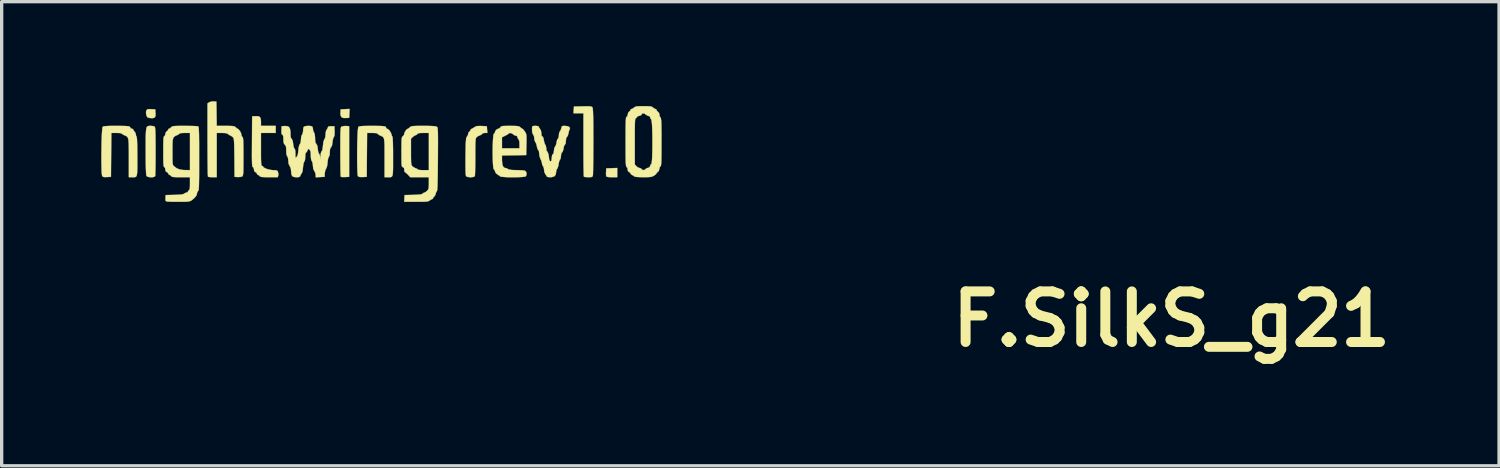
<source format=kicad_pcb>
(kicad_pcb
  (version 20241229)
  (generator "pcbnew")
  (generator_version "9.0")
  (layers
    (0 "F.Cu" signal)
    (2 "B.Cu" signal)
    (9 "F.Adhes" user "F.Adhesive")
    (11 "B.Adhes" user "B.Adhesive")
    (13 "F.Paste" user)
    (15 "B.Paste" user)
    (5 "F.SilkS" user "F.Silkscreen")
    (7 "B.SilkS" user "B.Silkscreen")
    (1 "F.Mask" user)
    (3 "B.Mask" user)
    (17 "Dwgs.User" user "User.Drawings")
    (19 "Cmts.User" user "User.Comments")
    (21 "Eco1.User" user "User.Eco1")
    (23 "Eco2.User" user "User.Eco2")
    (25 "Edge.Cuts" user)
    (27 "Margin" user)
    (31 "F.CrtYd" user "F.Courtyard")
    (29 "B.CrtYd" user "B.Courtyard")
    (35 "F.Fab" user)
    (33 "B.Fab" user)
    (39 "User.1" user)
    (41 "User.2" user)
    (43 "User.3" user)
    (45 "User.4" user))
  (footprint "F.SilkS_g21"
    (layer "F.Cu")
    (at 32.243 6.563)
    (property "Reference" "F.SilkS_g21" (at 0 0 0) (layer "F.SilkS") (effects (font (size 1.524 1.524) (thickness 0.3))))
    (attr through_hole)
    (fp_poly (pts (xy -24.769 -6.198) (xy -24.776 -6.064) (xy -24.874 -6.058) (xy -24.951 -6.06) (xy -25 -6.081) (xy -25.007 -6.087) (xy -25.031 -6.131) (xy -25.037 -6.202) (xy -25.036 -6.22) (xy -25.03 -6.318) (xy -24.896 -6.325) (xy -24.763 -6.331) (xy -24.769 -6.198)) (stroke (width 0.01) (type solid)) (fill yes) (layer "F.SilkS"))
    (fp_poly (pts (xy -16.701 -4.276) (xy -16.86 -4.276) (xy -16.95 -4.278) (xy -17.005 -4.287) (xy -17.029 -4.302) (xy -17.031 -4.305) (xy -17.036 -4.342) (xy -17.037 -4.404) (xy -17.035 -4.437) (xy -17.029 -4.54) (xy -16.865 -4.546) (xy -16.701 -4.553) (xy -16.701 -4.276)) (stroke (width 0.01) (type solid)) (fill yes) (layer "F.SilkS"))
    (fp_poly (pts (xy -30.738 -6.325) (xy -30.618 -6.318) (xy -30.611 -6.236) (xy -30.608 -6.147) (xy -30.62 -6.092) (xy -30.651 -6.063) (xy -30.706 -6.054) (xy -30.719 -6.054) (xy -30.783 -6.059) (xy -30.834 -6.071) (xy -30.843 -6.075) (xy -30.873 -6.113) (xy -30.891 -6.175) (xy -30.894 -6.241) (xy -30.882 -6.287) (xy -30.862 -6.312) (xy -30.831 -6.324) (xy -30.775 -6.326) (xy -30.738 -6.325)) (stroke (width 0.01) (type solid)) (fill yes) (layer "F.SilkS"))
    (fp_poly (pts (xy -24.865 -5.817) (xy -24.776 -5.81) (xy -24.776 -4.286) (xy -24.893 -4.28) (xy -24.96 -4.279) (xy -25.009 -4.283) (xy -25.025 -4.289) (xy -25.029 -4.313) (xy -25.032 -4.374) (xy -25.035 -4.468) (xy -25.037 -4.589) (xy -25.039 -4.733) (xy -25.04 -4.895) (xy -25.04 -5.04) (xy -25.04 -5.236) (xy -25.04 -5.394) (xy -25.039 -5.518) (xy -25.037 -5.613) (xy -25.034 -5.682) (xy -25.03 -5.731) (xy -25.025 -5.763) (xy -25.018 -5.782) (xy -25.008 -5.793) (xy -24.997 -5.8) (xy -24.949 -5.813) (xy -24.882 -5.818) (xy -24.865 -5.817)) (stroke (width 0.01) (type solid)) (fill yes) (layer "F.SilkS"))
    (fp_poly (pts (xy -30.747 -5.821) (xy -30.685 -5.815) (xy -30.64 -5.801) (xy -30.632 -5.795) (xy -30.625 -5.776) (xy -30.619 -5.731) (xy -30.614 -5.658) (xy -30.611 -5.554) (xy -30.609 -5.416) (xy -30.607 -5.242) (xy -30.607 -5.056) (xy -30.607 -4.885) (xy -30.608 -4.727) (xy -30.61 -4.587) (xy -30.612 -4.47) (xy -30.615 -4.381) (xy -30.618 -4.325) (xy -30.62 -4.309) (xy -30.649 -4.286) (xy -30.704 -4.274) (xy -30.769 -4.274) (xy -30.831 -4.285) (xy -30.874 -4.307) (xy -30.881 -4.317) (xy -30.888 -4.351) (xy -30.893 -4.424) (xy -30.898 -4.536) (xy -30.901 -4.683) (xy -30.903 -4.864) (xy -30.903 -5.056) (xy -30.903 -5.256) (xy -30.903 -5.418) (xy -30.901 -5.545) (xy -30.896 -5.642) (xy -30.889 -5.714) (xy -30.878 -5.763) (xy -30.862 -5.794) (xy -30.84 -5.812) (xy -30.812 -5.819) (xy -30.777 -5.821) (xy -30.747 -5.821)) (stroke (width 0.01) (type solid)) (fill yes) (layer "F.SilkS"))
    (fp_poly (pts (xy -17.548 -6.41) (xy -17.498 -6.405) (xy -17.468 -6.396) (xy -17.45 -6.382) (xy -17.447 -6.378) (xy -17.44 -6.36) (xy -17.435 -6.322) (xy -17.43 -6.261) (xy -17.427 -6.175) (xy -17.424 -6.06) (xy -17.422 -5.914) (xy -17.421 -5.733) (xy -17.421 -5.515) (xy -17.42 -5.356) (xy -17.421 -5.155) (xy -17.422 -4.965) (xy -17.423 -4.791) (xy -17.425 -4.638) (xy -17.426 -4.511) (xy -17.429 -4.412) (xy -17.431 -4.348) (xy -17.434 -4.323) (xy -17.446 -4.296) (xy -17.47 -4.282) (xy -17.519 -4.276) (xy -17.567 -4.276) (xy -17.635 -4.278) (xy -17.685 -4.284) (xy -17.702 -4.29) (xy -17.705 -4.313) (xy -17.708 -4.375) (xy -17.71 -4.47) (xy -17.713 -4.594) (xy -17.714 -4.744) (xy -17.716 -4.914) (xy -17.716 -5.101) (xy -17.716 -5.253) (xy -17.716 -6.202) (xy -18.015 -6.202) (xy -18.009 -6.302) (xy -18.002 -6.403) (xy -17.738 -6.409) (xy -17.626 -6.411) (xy -17.548 -6.41)) (stroke (width 0.01) (type solid)) (fill yes) (layer "F.SilkS"))
    (fp_poly (pts (xy -20.784 -5.817) (xy -20.627 -5.81) (xy -20.614 -5.609) (xy -20.687 -5.609) (xy -20.742 -5.601) (xy -20.771 -5.581) (xy -20.771 -5.58) (xy -20.798 -5.554) (xy -20.837 -5.537) (xy -20.896 -5.511) (xy -20.934 -5.482) (xy -20.947 -5.467) (xy -20.957 -5.447) (xy -20.964 -5.418) (xy -20.969 -5.374) (xy -20.973 -5.31) (xy -20.975 -5.22) (xy -20.976 -5.1) (xy -20.976 -4.944) (xy -20.976 -4.891) (xy -20.977 -4.742) (xy -20.978 -4.605) (xy -20.98 -4.487) (xy -20.983 -4.395) (xy -20.986 -4.333) (xy -20.989 -4.309) (xy -21.017 -4.288) (xy -21.071 -4.277) (xy -21.137 -4.275) (xy -21.2 -4.282) (xy -21.244 -4.3) (xy -21.25 -4.306) (xy -21.258 -4.329) (xy -21.264 -4.379) (xy -21.268 -4.459) (xy -21.27 -4.571) (xy -21.27 -4.72) (xy -21.269 -4.896) (xy -21.266 -5.067) (xy -21.264 -5.201) (xy -21.261 -5.302) (xy -21.256 -5.376) (xy -21.251 -5.428) (xy -21.244 -5.462) (xy -21.234 -5.485) (xy -21.225 -5.498) (xy -21.196 -5.547) (xy -21.188 -5.585) (xy -21.175 -5.627) (xy -21.156 -5.644) (xy -21.128 -5.671) (xy -21.124 -5.686) (xy -21.107 -5.718) (xy -21.087 -5.73) (xy -21.044 -5.752) (xy -20.996 -5.783) (xy -20.957 -5.805) (xy -20.908 -5.816) (xy -20.834 -5.818) (xy -20.784 -5.817)) (stroke (width 0.01) (type solid)) (fill yes) (layer "F.SilkS"))
    (fp_poly (pts (xy -27.522 -6.113) (xy -27.469 -6.092) (xy -27.441 -6.045) (xy -27.432 -5.965) (xy -27.432 -5.947) (xy -27.432 -5.821) (xy -26.988 -5.821) (xy -26.988 -5.609) (xy -27.432 -5.609) (xy -27.432 -5.112) (xy -27.432 -4.952) (xy -27.431 -4.83) (xy -27.428 -4.74) (xy -27.425 -4.679) (xy -27.419 -4.641) (xy -27.412 -4.621) (xy -27.402 -4.614) (xy -27.4 -4.614) (xy -27.372 -4.604) (xy -27.369 -4.595) (xy -27.349 -4.568) (xy -27.299 -4.54) (xy -27.229 -4.515) (xy -27.15 -4.496) (xy -27.074 -4.487) (xy -27.065 -4.487) (xy -26.995 -4.485) (xy -26.954 -4.476) (xy -26.931 -4.456) (xy -26.921 -4.436) (xy -26.908 -4.375) (xy -26.911 -4.33) (xy -26.925 -4.276) (xy -27.19 -4.276) (xy -27.304 -4.277) (xy -27.382 -4.28) (xy -27.431 -4.286) (xy -27.457 -4.296) (xy -27.467 -4.307) (xy -27.494 -4.336) (xy -27.51 -4.339) (xy -27.541 -4.357) (xy -27.553 -4.381) (xy -27.573 -4.416) (xy -27.591 -4.424) (xy -27.622 -4.443) (xy -27.641 -4.492) (xy -27.644 -4.529) (xy -27.659 -4.568) (xy -27.676 -4.58) (xy -27.684 -4.587) (xy -27.691 -4.606) (xy -27.696 -4.639) (xy -27.7 -4.69) (xy -27.702 -4.764) (xy -27.704 -4.865) (xy -27.704 -4.997) (xy -27.703 -5.163) (xy -27.702 -5.349) (xy -27.697 -6.107) (xy -27.607 -6.113) (xy -27.522 -6.113)) (stroke (width 0.01) (type solid)) (fill yes) (layer "F.SilkS"))
    (fp_poly (pts (xy -28.776 -6.551) (xy -28.77 -6.186) (xy -28.765 -5.821) (xy -28.5 -5.821) (xy -28.388 -5.82) (xy -28.311 -5.817) (xy -28.259 -5.812) (xy -28.225 -5.801) (xy -28.202 -5.786) (xy -28.194 -5.779) (xy -28.16 -5.748) (xy -28.142 -5.736) (xy -28.11 -5.719) (xy -28.073 -5.676) (xy -28.042 -5.623) (xy -28.025 -5.574) (xy -28.025 -5.565) (xy -28.015 -5.514) (xy -27.993 -5.49) (xy -27.983 -5.481) (xy -27.976 -5.46) (xy -27.97 -5.422) (xy -27.966 -5.363) (xy -27.964 -5.278) (xy -27.962 -5.162) (xy -27.961 -5.011) (xy -27.961 -4.899) (xy -27.961 -4.727) (xy -27.962 -4.593) (xy -27.963 -4.491) (xy -27.966 -4.417) (xy -27.97 -4.367) (xy -27.976 -4.334) (xy -27.984 -4.314) (xy -27.994 -4.303) (xy -28.004 -4.296) (xy -28.053 -4.283) (xy -28.119 -4.279) (xy -28.137 -4.28) (xy -28.226 -4.286) (xy -28.231 -4.863) (xy -28.233 -5.036) (xy -28.235 -5.171) (xy -28.238 -5.273) (xy -28.242 -5.349) (xy -28.247 -5.402) (xy -28.253 -5.437) (xy -28.262 -5.461) (xy -28.273 -5.476) (xy -28.277 -5.48) (xy -28.324 -5.517) (xy -28.359 -5.534) (xy -28.407 -5.56) (xy -28.428 -5.578) (xy -28.46 -5.597) (xy -28.522 -5.606) (xy -28.609 -5.609) (xy -28.765 -5.609) (xy -28.765 -4.276) (xy -28.889 -4.276) (xy -28.958 -4.278) (xy -29.009 -4.284) (xy -29.027 -4.29) (xy -29.029 -4.313) (xy -29.032 -4.375) (xy -29.034 -4.471) (xy -29.036 -4.597) (xy -29.038 -4.749) (xy -29.039 -4.924) (xy -29.04 -5.118) (xy -29.041 -5.325) (xy -29.041 -5.401) (xy -29.041 -6.497) (xy -28.989 -6.531) (xy -28.924 -6.554) (xy -28.857 -6.558) (xy -28.776 -6.551)) (stroke (width 0.01) (type solid)) (fill yes) (layer "F.SilkS"))
    (fp_poly (pts (xy -23.951 -5.82) (xy -23.841 -5.818) (xy -23.763 -5.814) (xy -23.711 -5.807) (xy -23.681 -5.797) (xy -23.667 -5.782) (xy -23.664 -5.766) (xy -23.649 -5.739) (xy -23.638 -5.736) (xy -23.598 -5.718) (xy -23.555 -5.673) (xy -23.519 -5.615) (xy -23.503 -5.569) (xy -23.488 -5.519) (xy -23.471 -5.491) (xy -23.471 -5.491) (xy -23.466 -5.468) (xy -23.462 -5.408) (xy -23.458 -5.316) (xy -23.455 -5.199) (xy -23.453 -5.061) (xy -23.453 -4.909) (xy -23.453 -4.891) (xy -23.453 -4.713) (xy -23.453 -4.573) (xy -23.455 -4.467) (xy -23.46 -4.389) (xy -23.468 -4.336) (xy -23.482 -4.302) (xy -23.503 -4.284) (xy -23.531 -4.276) (xy -23.567 -4.275) (xy -23.613 -4.276) (xy -23.707 -4.276) (xy -23.707 -4.861) (xy -23.707 -5.037) (xy -23.707 -5.176) (xy -23.709 -5.283) (xy -23.714 -5.362) (xy -23.722 -5.419) (xy -23.735 -5.458) (xy -23.754 -5.485) (xy -23.78 -5.504) (xy -23.813 -5.521) (xy -23.85 -5.536) (xy -23.895 -5.562) (xy -23.918 -5.585) (xy -23.918 -5.588) (xy -23.938 -5.599) (xy -23.991 -5.606) (xy -24.067 -5.609) (xy -24.077 -5.609) (xy -24.235 -5.609) (xy -24.246 -4.286) (xy -24.365 -4.28) (xy -24.447 -4.28) (xy -24.495 -4.293) (xy -24.509 -4.305) (xy -24.517 -4.335) (xy -24.523 -4.402) (xy -24.528 -4.498) (xy -24.531 -4.619) (xy -24.533 -4.757) (xy -24.534 -4.906) (xy -24.533 -5.062) (xy -24.531 -5.216) (xy -24.528 -5.364) (xy -24.523 -5.5) (xy -24.518 -5.616) (xy -24.511 -5.707) (xy -24.503 -5.768) (xy -24.496 -5.79) (xy -24.476 -5.802) (xy -24.438 -5.81) (xy -24.378 -5.816) (xy -24.289 -5.819) (xy -24.165 -5.821) (xy -24.098 -5.821) (xy -23.951 -5.82)) (stroke (width 0.01) (type solid)) (fill yes) (layer "F.SilkS"))
    (fp_poly (pts (xy -31.656 -5.82) (xy -31.546 -5.818) (xy -31.468 -5.814) (xy -31.416 -5.807) (xy -31.386 -5.797) (xy -31.372 -5.782) (xy -31.369 -5.766) (xy -31.351 -5.742) (xy -31.327 -5.736) (xy -31.292 -5.727) (xy -31.284 -5.715) (xy -31.271 -5.686) (xy -31.242 -5.652) (xy -31.21 -5.602) (xy -31.2 -5.557) (xy -31.192 -5.513) (xy -31.178 -5.493) (xy -31.172 -5.468) (xy -31.166 -5.403) (xy -31.162 -5.3) (xy -31.159 -5.163) (xy -31.158 -4.993) (xy -31.157 -4.891) (xy -31.157 -4.713) (xy -31.158 -4.573) (xy -31.159 -4.467) (xy -31.164 -4.389) (xy -31.173 -4.336) (xy -31.187 -4.302) (xy -31.207 -4.284) (xy -31.235 -4.276) (xy -31.272 -4.275) (xy -31.318 -4.276) (xy -31.411 -4.276) (xy -31.411 -4.858) (xy -31.411 -5.037) (xy -31.412 -5.178) (xy -31.415 -5.287) (xy -31.42 -5.368) (xy -31.429 -5.427) (xy -31.443 -5.468) (xy -31.463 -5.495) (xy -31.49 -5.515) (xy -31.525 -5.531) (xy -31.555 -5.544) (xy -31.601 -5.567) (xy -31.623 -5.588) (xy -31.623 -5.591) (xy -31.642 -5.599) (xy -31.694 -5.606) (xy -31.767 -5.609) (xy -31.781 -5.609) (xy -31.94 -5.609) (xy -31.951 -4.286) (xy -32.072 -4.28) (xy -32.142 -4.278) (xy -32.183 -4.285) (xy -32.207 -4.304) (xy -32.216 -4.318) (xy -32.223 -4.353) (xy -32.229 -4.424) (xy -32.233 -4.523) (xy -32.236 -4.646) (xy -32.238 -4.785) (xy -32.238 -4.935) (xy -32.236 -5.09) (xy -32.234 -5.243) (xy -32.23 -5.389) (xy -32.226 -5.521) (xy -32.22 -5.634) (xy -32.213 -5.721) (xy -32.206 -5.775) (xy -32.2 -5.791) (xy -32.179 -5.803) (xy -32.139 -5.811) (xy -32.074 -5.816) (xy -31.978 -5.82) (xy -31.848 -5.821) (xy -31.803 -5.821) (xy -31.656 -5.82)) (stroke (width 0.01) (type solid)) (fill yes) (layer "F.SilkS"))
    (fp_poly (pts (xy -19.816 -5.82) (xy -19.738 -5.817) (xy -19.687 -5.812) (xy -19.653 -5.801) (xy -19.629 -5.786) (xy -19.622 -5.779) (xy -19.585 -5.748) (xy -19.561 -5.736) (xy -19.539 -5.72) (xy -19.504 -5.68) (xy -19.486 -5.655) (xy -19.465 -5.622) (xy -19.449 -5.592) (xy -19.44 -5.556) (xy -19.435 -5.507) (xy -19.433 -5.436) (xy -19.434 -5.335) (xy -19.436 -5.258) (xy -19.442 -4.942) (xy -20.172 -4.931) (xy -20.172 -4.783) (xy -20.163 -4.669) (xy -20.137 -4.593) (xy -20.093 -4.555) (xy -20.065 -4.551) (xy -20.023 -4.539) (xy -19.991 -4.52) (xy -19.954 -4.504) (xy -19.891 -4.494) (xy -19.796 -4.489) (xy -19.731 -4.488) (xy -19.635 -4.486) (xy -19.552 -4.48) (xy -19.493 -4.472) (xy -19.472 -4.465) (xy -19.441 -4.428) (xy -19.431 -4.373) (xy -19.444 -4.319) (xy -19.456 -4.301) (xy -19.487 -4.291) (xy -19.551 -4.283) (xy -19.639 -4.278) (xy -19.743 -4.275) (xy -19.854 -4.274) (xy -19.965 -4.275) (xy -20.066 -4.279) (xy -20.15 -4.285) (xy -20.207 -4.293) (xy -20.229 -4.303) (xy -20.26 -4.33) (xy -20.305 -4.355) (xy -20.358 -4.4) (xy -20.376 -4.443) (xy -20.394 -4.492) (xy -20.418 -4.517) (xy -20.428 -4.541) (xy -20.436 -4.601) (xy -20.443 -4.689) (xy -20.447 -4.798) (xy -20.45 -4.92) (xy -20.451 -5.05) (xy -20.449 -5.18) (xy -20.446 -5.303) (xy -20.441 -5.411) (xy -20.436 -5.478) (xy -20.172 -5.478) (xy -20.172 -5.144) (xy -19.643 -5.144) (xy -19.643 -5.268) (xy -19.648 -5.357) (xy -19.666 -5.409) (xy -19.674 -5.419) (xy -19.702 -5.46) (xy -19.706 -5.485) (xy -19.722 -5.518) (xy -19.748 -5.524) (xy -19.795 -5.539) (xy -19.833 -5.567) (xy -19.882 -5.599) (xy -19.932 -5.609) (xy -19.967 -5.593) (xy -19.97 -5.59) (xy -19.994 -5.57) (xy -20.044 -5.541) (xy -20.077 -5.524) (xy -20.172 -5.478) (xy -20.436 -5.478) (xy -20.434 -5.498) (xy -20.426 -5.557) (xy -20.415 -5.58) (xy -20.388 -5.609) (xy -20.384 -5.629) (xy -20.366 -5.675) (xy -20.326 -5.716) (xy -20.28 -5.736) (xy -20.276 -5.736) (xy -20.242 -5.752) (xy -20.219 -5.779) (xy -20.205 -5.796) (xy -20.182 -5.808) (xy -20.145 -5.816) (xy -20.084 -5.819) (xy -19.993 -5.821) (xy -19.928 -5.821) (xy -19.816 -5.82)) (stroke (width 0.01) (type solid)) (fill yes) (layer "F.SilkS"))
    (fp_poly (pts (xy -22.386 -5.82) (xy -22.274 -5.816) (xy -22.196 -5.81) (xy -22.149 -5.801) (xy -22.133 -5.794) (xy -22.124 -5.785) (xy -22.117 -5.77) (xy -22.111 -5.746) (xy -22.106 -5.708) (xy -22.103 -5.653) (xy -22.101 -5.578) (xy -22.1 -5.477) (xy -22.099 -5.349) (xy -22.1 -5.188) (xy -22.101 -4.992) (xy -22.102 -4.819) (xy -22.104 -4.57) (xy -22.107 -4.361) (xy -22.11 -4.191) (xy -22.114 -4.057) (xy -22.118 -3.959) (xy -22.123 -3.895) (xy -22.129 -3.862) (xy -22.132 -3.857) (xy -22.153 -3.827) (xy -22.17 -3.776) (xy -22.171 -3.772) (xy -22.19 -3.72) (xy -22.214 -3.691) (xy -22.216 -3.69) (xy -22.243 -3.663) (xy -22.246 -3.649) (xy -22.259 -3.622) (xy -22.269 -3.619) (xy -22.301 -3.607) (xy -22.345 -3.578) (xy -22.346 -3.577) (xy -22.369 -3.562) (xy -22.398 -3.55) (xy -22.438 -3.543) (xy -22.497 -3.538) (xy -22.582 -3.536) (xy -22.7 -3.535) (xy -22.758 -3.535) (xy -23.116 -3.535) (xy -23.11 -3.635) (xy -23.103 -3.736) (xy -22.846 -3.742) (xy -22.728 -3.746) (xy -22.646 -3.752) (xy -22.595 -3.762) (xy -22.567 -3.775) (xy -22.563 -3.779) (xy -22.528 -3.805) (xy -22.509 -3.81) (xy -22.476 -3.824) (xy -22.433 -3.858) (xy -22.427 -3.864) (xy -22.4 -3.894) (xy -22.384 -3.927) (xy -22.376 -3.974) (xy -22.373 -4.047) (xy -22.373 -4.097) (xy -22.373 -4.276) (xy -22.934 -4.276) (xy -23.002 -4.35) (xy -23.047 -4.394) (xy -23.082 -4.42) (xy -23.092 -4.424) (xy -23.107 -4.442) (xy -23.114 -4.488) (xy -23.114 -4.495) (xy -23.121 -4.55) (xy -23.147 -4.575) (xy -23.156 -4.578) (xy -23.17 -4.584) (xy -23.181 -4.595) (xy -23.188 -4.619) (xy -23.194 -4.659) (xy -23.197 -4.722) (xy -23.198 -4.814) (xy -23.199 -4.938) (xy -23.199 -5.036) (xy -23.198 -5.184) (xy -23.198 -5.296) (xy -23.195 -5.377) (xy -23.191 -5.433) (xy -23.191 -5.436) (xy -22.913 -5.436) (xy -22.913 -5.041) (xy -22.913 -4.902) (xy -22.911 -4.799) (xy -22.909 -4.725) (xy -22.904 -4.675) (xy -22.896 -4.642) (xy -22.884 -4.62) (xy -22.869 -4.602) (xy -22.868 -4.602) (xy -22.815 -4.563) (xy -22.768 -4.543) (xy -22.727 -4.526) (xy -22.712 -4.508) (xy -22.692 -4.498) (xy -22.639 -4.491) (xy -22.561 -4.487) (xy -22.543 -4.487) (xy -22.373 -4.487) (xy -22.373 -5.609) (xy -22.54 -5.609) (xy -22.63 -5.607) (xy -22.685 -5.6) (xy -22.713 -5.587) (xy -22.719 -5.577) (xy -22.747 -5.549) (xy -22.763 -5.546) (xy -22.798 -5.532) (xy -22.845 -5.499) (xy -22.854 -5.491) (xy -22.913 -5.436) (xy -23.191 -5.436) (xy -23.185 -5.468) (xy -23.176 -5.49) (xy -23.164 -5.503) (xy -23.156 -5.508) (xy -23.123 -5.549) (xy -23.114 -5.585) (xy -23.101 -5.629) (xy -23.071 -5.679) (xy -23.034 -5.72) (xy -23.003 -5.736) (xy -22.978 -5.75) (xy -22.945 -5.779) (xy -22.926 -5.794) (xy -22.902 -5.805) (xy -22.866 -5.813) (xy -22.812 -5.817) (xy -22.732 -5.82) (xy -22.62 -5.821) (xy -22.536 -5.821) (xy -22.386 -5.82)) (stroke (width 0.01) (type solid)) (fill yes) (layer "F.SilkS"))
    (fp_poly (pts (xy -18.2 -5.812) (xy -18.146 -5.788) (xy -18.123 -5.753) (xy -18.132 -5.721) (xy -18.151 -5.675) (xy -18.167 -5.611) (xy -18.171 -5.591) (xy -18.187 -5.533) (xy -18.208 -5.495) (xy -18.216 -5.489) (xy -18.237 -5.459) (xy -18.245 -5.389) (xy -18.246 -5.373) (xy -18.252 -5.297) (xy -18.271 -5.26) (xy -18.275 -5.258) (xy -18.295 -5.232) (xy -18.312 -5.177) (xy -18.318 -5.141) (xy -18.333 -5.073) (xy -18.354 -5.031) (xy -18.363 -5.024) (xy -18.386 -4.993) (xy -18.394 -4.923) (xy -18.394 -4.922) (xy -18.401 -4.857) (xy -18.418 -4.813) (xy -18.423 -4.807) (xy -18.442 -4.773) (xy -18.459 -4.713) (xy -18.467 -4.668) (xy -18.48 -4.599) (xy -18.499 -4.546) (xy -18.512 -4.529) (xy -18.532 -4.492) (xy -18.542 -4.434) (xy -18.542 -4.425) (xy -18.555 -4.349) (xy -18.596 -4.301) (xy -18.669 -4.278) (xy -18.718 -4.276) (xy -18.776 -4.279) (xy -18.812 -4.288) (xy -18.817 -4.294) (xy -18.83 -4.321) (xy -18.86 -4.36) (xy -18.894 -4.43) (xy -18.902 -4.492) (xy -18.91 -4.554) (xy -18.929 -4.601) (xy -18.934 -4.607) (xy -18.959 -4.653) (xy -18.965 -4.69) (xy -18.975 -4.742) (xy -19 -4.805) (xy -19.008 -4.82) (xy -19.036 -4.896) (xy -19.05 -4.978) (xy -19.05 -4.989) (xy -19.057 -5.053) (xy -19.074 -5.091) (xy -19.079 -5.095) (xy -19.099 -5.125) (xy -19.115 -5.18) (xy -19.119 -5.203) (xy -19.134 -5.269) (xy -19.157 -5.322) (xy -19.165 -5.332) (xy -19.187 -5.377) (xy -19.198 -5.44) (xy -19.198 -5.45) (xy -19.206 -5.509) (xy -19.224 -5.55) (xy -19.228 -5.554) (xy -19.249 -5.589) (xy -19.262 -5.646) (xy -19.263 -5.662) (xy -19.266 -5.743) (xy -19.262 -5.79) (xy -19.244 -5.813) (xy -19.207 -5.82) (xy -19.166 -5.821) (xy -19.11 -5.817) (xy -19.076 -5.808) (xy -19.071 -5.803) (xy -19.059 -5.776) (xy -19.029 -5.736) (xy -18.994 -5.664) (xy -18.986 -5.595) (xy -18.981 -5.532) (xy -18.965 -5.505) (xy -18.957 -5.503) (xy -18.934 -5.482) (xy -18.916 -5.42) (xy -18.912 -5.393) (xy -18.898 -5.325) (xy -18.879 -5.271) (xy -18.868 -5.254) (xy -18.849 -5.215) (xy -18.839 -5.155) (xy -18.838 -5.142) (xy -18.834 -5.09) (xy -18.822 -5.061) (xy -18.818 -5.059) (xy -18.8 -5.04) (xy -18.78 -4.992) (xy -18.764 -4.927) (xy -18.755 -4.859) (xy -18.754 -4.834) (xy -18.744 -4.785) (xy -18.722 -4.756) (xy -18.697 -4.754) (xy -18.681 -4.776) (xy -18.673 -4.819) (xy -18.669 -4.878) (xy -18.669 -4.881) (xy -18.66 -4.94) (xy -18.637 -4.967) (xy -18.614 -4.997) (xy -18.606 -5.065) (xy -18.605 -5.07) (xy -18.596 -5.146) (xy -18.571 -5.196) (xy -18.571 -5.196) (xy -18.547 -5.238) (xy -18.53 -5.301) (xy -18.526 -5.326) (xy -18.513 -5.386) (xy -18.495 -5.426) (xy -18.486 -5.433) (xy -18.466 -5.462) (xy -18.457 -5.525) (xy -18.457 -5.535) (xy -18.451 -5.599) (xy -18.433 -5.644) (xy -18.428 -5.65) (xy -18.404 -5.686) (xy -18.386 -5.742) (xy -18.385 -5.748) (xy -18.373 -5.794) (xy -18.352 -5.815) (xy -18.308 -5.821) (xy -18.281 -5.821) (xy -18.2 -5.812)) (stroke (width 0.01) (type solid)) (fill yes) (layer "F.SilkS"))
    (fp_poly (pts (xy -29.608 -5.82) (xy -29.499 -5.818) (xy -29.41 -5.815) (xy -29.35 -5.811) (xy -29.328 -5.808) (xy -29.32 -5.801) (xy -29.314 -5.786) (xy -29.308 -5.758) (xy -29.304 -5.714) (xy -29.301 -5.65) (xy -29.298 -5.563) (xy -29.297 -5.45) (xy -29.295 -5.305) (xy -29.295 -5.127) (xy -29.295 -4.911) (xy -29.295 -4.834) (xy -29.295 -4.604) (xy -29.295 -4.413) (xy -29.296 -4.258) (xy -29.298 -4.134) (xy -29.3 -4.038) (xy -29.303 -3.967) (xy -29.307 -3.917) (xy -29.312 -3.885) (xy -29.319 -3.867) (xy -29.326 -3.86) (xy -29.326 -3.86) (xy -29.35 -3.832) (xy -29.358 -3.788) (xy -29.378 -3.722) (xy -29.42 -3.669) (xy -29.47 -3.621) (xy -29.511 -3.586) (xy -29.551 -3.562) (xy -29.598 -3.547) (xy -29.66 -3.539) (xy -29.744 -3.536) (xy -29.858 -3.535) (xy -29.935 -3.535) (xy -30.07 -3.535) (xy -30.169 -3.538) (xy -30.236 -3.542) (xy -30.277 -3.549) (xy -30.298 -3.558) (xy -30.302 -3.565) (xy -30.308 -3.605) (xy -30.307 -3.663) (xy -30.307 -3.665) (xy -30.3 -3.736) (xy -30.039 -3.742) (xy -29.918 -3.746) (xy -29.833 -3.753) (xy -29.779 -3.763) (xy -29.749 -3.776) (xy -29.746 -3.779) (xy -29.701 -3.805) (xy -29.674 -3.81) (xy -29.641 -3.823) (xy -29.633 -3.839) (xy -29.616 -3.872) (xy -29.602 -3.881) (xy -29.586 -3.896) (xy -29.576 -3.932) (xy -29.571 -3.997) (xy -29.57 -4.085) (xy -29.57 -4.276) (xy -29.846 -4.276) (xy -29.962 -4.276) (xy -30.043 -4.279) (xy -30.094 -4.285) (xy -30.122 -4.295) (xy -30.134 -4.307) (xy -30.161 -4.336) (xy -30.177 -4.339) (xy -30.208 -4.357) (xy -30.219 -4.38) (xy -30.247 -4.418) (xy -30.27 -4.43) (xy -30.302 -4.455) (xy -30.311 -4.504) (xy -30.321 -4.555) (xy -30.342 -4.58) (xy -30.353 -4.589) (xy -30.361 -4.612) (xy -30.367 -4.654) (xy -30.371 -4.72) (xy -30.373 -4.814) (xy -30.374 -4.942) (xy -30.374 -5.042) (xy -30.099 -5.042) (xy -30.099 -4.903) (xy -30.098 -4.8) (xy -30.095 -4.727) (xy -30.09 -4.678) (xy -30.083 -4.645) (xy -30.072 -4.624) (xy -30.056 -4.608) (xy -30.051 -4.604) (xy -29.97 -4.544) (xy -29.884 -4.508) (xy -29.781 -4.492) (xy -29.723 -4.49) (xy -29.57 -4.487) (xy -29.57 -5.609) (xy -29.729 -5.609) (xy -29.804 -5.607) (xy -29.861 -5.601) (xy -29.887 -5.592) (xy -29.887 -5.591) (xy -29.905 -5.571) (xy -29.948 -5.547) (xy -29.955 -5.544) (xy -30.003 -5.523) (xy -30.039 -5.501) (xy -30.065 -5.473) (xy -30.082 -5.432) (xy -30.092 -5.373) (xy -30.097 -5.288) (xy -30.099 -5.172) (xy -30.099 -5.042) (xy -30.374 -5.042) (xy -30.374 -5.045) (xy -30.374 -5.198) (xy -30.372 -5.314) (xy -30.37 -5.397) (xy -30.365 -5.454) (xy -30.359 -5.488) (xy -30.35 -5.506) (xy -30.342 -5.511) (xy -30.318 -5.539) (xy -30.311 -5.577) (xy -30.294 -5.63) (xy -30.268 -5.656) (xy -30.235 -5.687) (xy -30.226 -5.71) (xy -30.209 -5.734) (xy -30.199 -5.736) (xy -30.166 -5.751) (xy -30.136 -5.779) (xy -30.12 -5.794) (xy -30.098 -5.805) (xy -30.064 -5.813) (xy -30.012 -5.817) (xy -29.934 -5.82) (xy -29.825 -5.821) (xy -29.731 -5.821) (xy -29.608 -5.82)) (stroke (width 0.01) (type solid)) (fill yes) (layer "F.SilkS"))
    (fp_poly (pts (xy -15.799 -6.413) (xy -15.726 -6.41) (xy -15.678 -6.403) (xy -15.646 -6.391) (xy -15.623 -6.373) (xy -15.621 -6.371) (xy -15.579 -6.34) (xy -15.547 -6.329) (xy -15.519 -6.312) (xy -15.515 -6.298) (xy -15.498 -6.264) (xy -15.473 -6.244) (xy -15.437 -6.203) (xy -15.431 -6.161) (xy -15.42 -6.108) (xy -15.399 -6.075) (xy -15.39 -6.062) (xy -15.383 -6.039) (xy -15.378 -5.999) (xy -15.373 -5.94) (xy -15.371 -5.857) (xy -15.369 -5.746) (xy -15.367 -5.602) (xy -15.367 -5.423) (xy -15.367 -5.331) (xy -15.367 -5.135) (xy -15.368 -4.977) (xy -15.369 -4.853) (xy -15.372 -4.759) (xy -15.375 -4.692) (xy -15.38 -4.646) (xy -15.386 -4.618) (xy -15.394 -4.604) (xy -15.399 -4.601) (xy -15.422 -4.572) (xy -15.431 -4.528) (xy -15.447 -4.467) (xy -15.473 -4.44) (xy -15.506 -4.411) (xy -15.516 -4.392) (xy -15.533 -4.369) (xy -15.574 -4.335) (xy -15.592 -4.323) (xy -15.628 -4.303) (xy -15.667 -4.289) (xy -15.718 -4.281) (xy -15.791 -4.277) (xy -15.895 -4.276) (xy -15.918 -4.276) (xy -16.032 -4.278) (xy -16.118 -4.283) (xy -16.17 -4.291) (xy -16.183 -4.298) (xy -16.212 -4.322) (xy -16.247 -4.34) (xy -16.286 -4.365) (xy -16.298 -4.389) (xy -16.316 -4.418) (xy -16.341 -4.43) (xy -16.374 -4.454) (xy -16.383 -4.504) (xy -16.393 -4.555) (xy -16.415 -4.58) (xy -16.423 -4.588) (xy -16.43 -4.607) (xy -16.436 -4.641) (xy -16.44 -4.695) (xy -16.443 -4.772) (xy -16.445 -4.877) (xy -16.446 -5.012) (xy -16.446 -5.183) (xy -16.447 -5.344) (xy -16.446 -5.356) (xy -16.171 -5.356) (xy -16.171 -4.659) (xy -16.121 -4.605) (xy -16.074 -4.568) (xy -16.028 -4.551) (xy -16.025 -4.551) (xy -15.983 -4.538) (xy -15.967 -4.519) (xy -15.939 -4.494) (xy -15.895 -4.489) (xy -15.857 -4.504) (xy -15.847 -4.518) (xy -15.819 -4.542) (xy -15.776 -4.555) (xy -15.728 -4.571) (xy -15.709 -4.61) (xy -15.692 -4.653) (xy -15.672 -4.671) (xy -15.663 -4.695) (xy -15.655 -4.755) (xy -15.648 -4.845) (xy -15.644 -4.958) (xy -15.64 -5.089) (xy -15.639 -5.231) (xy -15.639 -5.377) (xy -15.64 -5.522) (xy -15.643 -5.659) (xy -15.647 -5.782) (xy -15.653 -5.885) (xy -15.661 -5.961) (xy -15.67 -6.005) (xy -15.674 -6.011) (xy -15.701 -6.053) (xy -15.706 -6.077) (xy -15.722 -6.111) (xy -15.748 -6.117) (xy -15.794 -6.132) (xy -15.833 -6.16) (xy -15.878 -6.19) (xy -15.922 -6.201) (xy -15.953 -6.19) (xy -15.96 -6.171) (xy -15.979 -6.146) (xy -16.03 -6.127) (xy -16.034 -6.126) (xy -16.084 -6.109) (xy -16.108 -6.086) (xy -16.108 -6.083) (xy -16.125 -6.057) (xy -16.14 -6.054) (xy -16.148 -6.049) (xy -16.155 -6.033) (xy -16.161 -6.001) (xy -16.165 -5.95) (xy -16.168 -5.875) (xy -16.17 -5.771) (xy -16.171 -5.636) (xy -16.171 -5.465) (xy -16.171 -5.356) (xy -16.446 -5.356) (xy -16.446 -5.544) (xy -16.446 -5.707) (xy -16.444 -5.834) (xy -16.442 -5.931) (xy -16.439 -6.002) (xy -16.435 -6.049) (xy -16.429 -6.078) (xy -16.422 -6.093) (xy -16.415 -6.096) (xy -16.39 -6.115) (xy -16.383 -6.159) (xy -16.367 -6.222) (xy -16.341 -6.249) (xy -16.307 -6.28) (xy -16.298 -6.302) (xy -16.281 -6.326) (xy -16.267 -6.329) (xy -16.229 -6.343) (xy -16.192 -6.371) (xy -16.169 -6.39) (xy -16.139 -6.402) (xy -16.092 -6.409) (xy -16.021 -6.413) (xy -15.917 -6.413) (xy -15.907 -6.413) (xy -15.799 -6.413)) (stroke (width 0.01) (type solid)) (fill yes) (layer "F.SilkS"))
    (fp_poly (pts (xy -25.927 -5.816) (xy -25.886 -5.797) (xy -25.868 -5.755) (xy -25.865 -5.708) (xy -25.852 -5.654) (xy -25.833 -5.621) (xy -25.813 -5.568) (xy -25.803 -5.48) (xy -25.802 -5.443) (xy -25.799 -5.36) (xy -25.788 -5.309) (xy -25.767 -5.281) (xy -25.741 -5.238) (xy -25.724 -5.155) (xy -25.722 -5.131) (xy -25.712 -5.06) (xy -25.697 -5.006) (xy -25.684 -4.985) (xy -25.665 -4.952) (xy -25.651 -4.895) (xy -25.648 -4.868) (xy -25.644 -4.823) (xy -25.641 -4.815) (xy -25.639 -4.845) (xy -25.637 -4.904) (xy -25.629 -4.992) (xy -25.613 -5.043) (xy -25.604 -5.052) (xy -25.585 -5.085) (xy -25.571 -5.155) (xy -25.564 -5.223) (xy -25.552 -5.329) (xy -25.531 -5.397) (xy -25.519 -5.416) (xy -25.494 -5.471) (xy -25.485 -5.561) (xy -25.485 -5.562) (xy -25.479 -5.637) (xy -25.463 -5.689) (xy -25.455 -5.699) (xy -25.426 -5.745) (xy -25.418 -5.769) (xy -25.405 -5.796) (xy -25.37 -5.808) (xy -25.315 -5.81) (xy -25.22 -5.81) (xy -25.214 -5.665) (xy -25.214 -5.571) (xy -25.224 -5.511) (xy -25.238 -5.485) (xy -25.256 -5.446) (xy -25.271 -5.38) (xy -25.278 -5.326) (xy -25.292 -5.233) (xy -25.316 -5.181) (xy -25.323 -5.175) (xy -25.346 -5.142) (xy -25.356 -5.081) (xy -25.358 -5.033) (xy -25.363 -4.951) (xy -25.379 -4.901) (xy -25.387 -4.892) (xy -25.404 -4.857) (xy -25.418 -4.791) (xy -25.426 -4.719) (xy -25.438 -4.624) (xy -25.456 -4.557) (xy -25.47 -4.534) (xy -25.491 -4.492) (xy -25.506 -4.427) (xy -25.51 -4.392) (xy -25.516 -4.286) (xy -25.781 -4.274) (xy -25.781 -4.34) (xy -25.794 -4.406) (xy -25.823 -4.46) (xy -25.856 -4.528) (xy -25.866 -4.619) (xy -25.873 -4.698) (xy -25.893 -4.75) (xy -25.897 -4.755) (xy -25.918 -4.797) (xy -25.928 -4.873) (xy -25.929 -4.929) (xy -25.932 -5.011) (xy -25.941 -5.063) (xy -25.96 -5.096) (xy -25.97 -5.106) (xy -25.999 -5.127) (xy -26.017 -5.118) (xy -26.032 -5.078) (xy -26.054 -5.035) (xy -26.076 -5.017) (xy -26.076 -5.016) (xy -26.089 -4.997) (xy -26.097 -4.944) (xy -26.099 -4.892) (xy -26.104 -4.804) (xy -26.121 -4.752) (xy -26.128 -4.743) (xy -26.146 -4.707) (xy -26.16 -4.636) (xy -26.166 -4.573) (xy -26.177 -4.469) (xy -26.199 -4.403) (xy -26.21 -4.387) (xy -26.238 -4.342) (xy -26.247 -4.311) (xy -26.265 -4.289) (xy -26.311 -4.276) (xy -26.371 -4.274) (xy -26.431 -4.282) (xy -26.479 -4.301) (xy -26.489 -4.309) (xy -26.513 -4.359) (xy -26.522 -4.443) (xy -26.522 -4.448) (xy -26.532 -4.541) (xy -26.563 -4.607) (xy -26.564 -4.609) (xy -26.597 -4.676) (xy -26.607 -4.767) (xy -26.614 -4.846) (xy -26.634 -4.898) (xy -26.638 -4.903) (xy -26.659 -4.945) (xy -26.669 -5.021) (xy -26.67 -5.077) (xy -26.672 -5.159) (xy -26.682 -5.21) (xy -26.7 -5.243) (xy -26.712 -5.255) (xy -26.738 -5.287) (xy -26.751 -5.335) (xy -26.755 -5.412) (xy -26.755 -5.416) (xy -26.758 -5.493) (xy -26.769 -5.537) (xy -26.787 -5.554) (xy -26.807 -5.571) (xy -26.815 -5.612) (xy -26.814 -5.684) (xy -26.814 -5.688) (xy -26.808 -5.81) (xy -26.719 -5.817) (xy -26.64 -5.813) (xy -26.587 -5.785) (xy -26.556 -5.727) (xy -26.544 -5.636) (xy -26.543 -5.596) (xy -26.54 -5.511) (xy -26.53 -5.459) (xy -26.51 -5.431) (xy -26.508 -5.429) (xy -26.481 -5.386) (xy -26.465 -5.302) (xy -26.463 -5.279) (xy -26.452 -5.202) (xy -26.435 -5.151) (xy -26.424 -5.137) (xy -26.405 -5.106) (xy -26.396 -5.037) (xy -26.395 -4.984) (xy -26.394 -4.911) (xy -26.391 -4.874) (xy -26.381 -4.865) (xy -26.363 -4.879) (xy -26.356 -4.886) (xy -26.33 -4.928) (xy -26.314 -4.996) (xy -26.305 -5.077) (xy -26.293 -5.18) (xy -26.272 -5.249) (xy -26.26 -5.267) (xy -26.234 -5.323) (xy -26.226 -5.413) (xy -26.226 -5.414) (xy -26.218 -5.496) (xy -26.198 -5.548) (xy -26.194 -5.553) (xy -26.172 -5.597) (xy -26.162 -5.664) (xy -26.162 -5.678) (xy -26.157 -5.74) (xy -26.143 -5.787) (xy -26.137 -5.795) (xy -26.102 -5.81) (xy -26.042 -5.819) (xy -26.001 -5.821) (xy -25.927 -5.816)) (stroke (width 0.01) (type solid)) (fill yes) (layer "F.SilkS")))
  (gr_rect
    (start -3 -3)
    (end 42.108 10.981)
    (stroke (width 0.1) (type default))
    (fill no)
    (layer "Edge.Cuts")))
</source>
